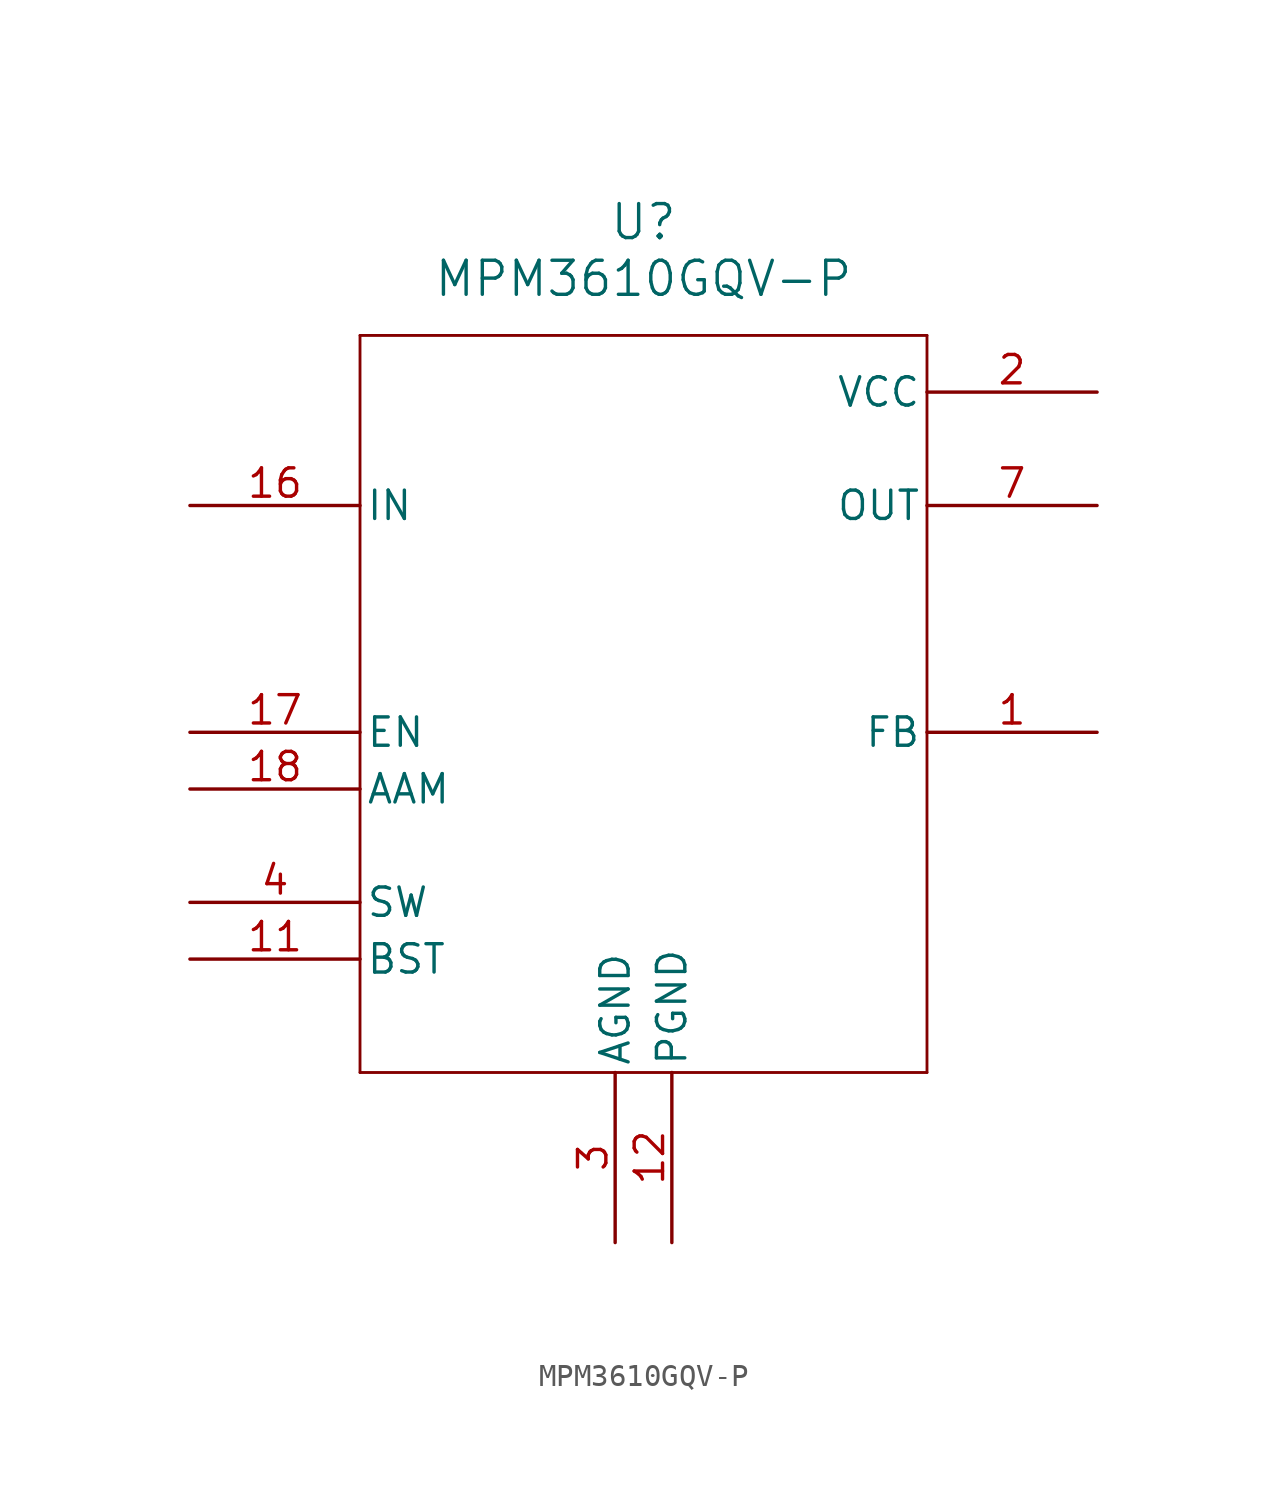
<source format=kicad_sym>
(kicad_symbol_lib
  (version 20241209)
  (generator "kicad_symbol_editor")
  (generator_version "9.0")
  (symbol "MPM3610GQV-P"
    (pin_names
      (offset 0.254))
    (property "Reference" "U"
      (at 20.32 10.16 0)
      (effects (font (size 1.524 1.524))))
    (property "Value" "MPM3610GQV-P"
      (at 20.32 7.62 0)
      (effects (font (size 1.524 1.524))))
    (symbol "MPM3610GQV-P_0_1"
      (polyline (pts (xy 7.62 5.08) (xy 7.62 -27.94)) (stroke (width 0.127) (type default)) (fill (type none)))
      (polyline (pts (xy 7.62 -27.94) (xy 33.02 -27.94)) (stroke (width 0.127) (type default)) (fill (type none)))
      (polyline (pts (xy 33.02 5.08) (xy 7.62 5.08)) (stroke (width 0.127) (type default)) (fill (type none)))
      (polyline (pts (xy 33.02 -27.94) (xy 33.02 5.08)) (stroke (width 0.127) (type default)) (fill (type none)))
      (pin power_in line (at 0 -2.54 0) (length 7.62) (name "IN" (effects (font (size 1.27 1.27)))) (number "16" (effects (font (size 1.27 1.27)))))
      (pin output line (at 0 -20.32 0) (length 7.62) (name "SW" (effects (font (size 1.27 1.27)))) (number "4" (effects (font (size 1.27 1.27)))))
      (pin output line (at 0 -20.32 0) (length 7.62) (hide yes) (name "SW" (effects (font (size 1.27 1.27)))) (number "5" (effects (font (size 1.27 1.27)))))
      (pin output line (at 0 -20.32 0) (length 7.62) (hide yes) (name "SW" (effects (font (size 1.27 1.27)))) (number "6" (effects (font (size 1.27 1.27)))))
      (pin power_in line (at 40.64 2.54 180) (length 7.62) (name "VCC" (effects (font (size 1.27 1.27)))) (number "2" (effects (font (size 1.27 1.27)))))
      (pin power_out line (at 40.64 -2.54 180) (length 7.62) (name "OUT" (effects (font (size 1.27 1.27)))) (number "7" (effects (font (size 1.27 1.27)))))
      (pin power_out line (at 40.64 -2.54 180) (length 7.62) (hide yes) (name "OUT" (effects (font (size 1.27 1.27)))) (number "8" (effects (font (size 1.27 1.27)))))
      (pin power_out line (at 40.64 -2.54 180) (length 7.62) (hide yes) (name "OUT" (effects (font (size 1.27 1.27)))) (number "9" (effects (font (size 1.27 1.27)))))
      (pin no_connect line (at 40.64 -16.51 180) (length 7.62) (hide yes) (name "NC" (effects (font (size 1.27 1.27)))) (number "10" (effects (font (size 1.27 1.27)))))
      (pin no_connect line (at 40.64 -19.05 180) (length 7.62) (hide yes) (name "NC" (effects (font (size 1.27 1.27)))) (number "15" (effects (font (size 1.27 1.27)))))
      (pin no_connect line (at 40.64 -21.59 180) (length 7.62) (hide yes) (name "NC" (effects (font (size 1.27 1.27)))) (number "19" (effects (font (size 1.27 1.27)))))
      (pin no_connect line (at 40.64 -24.13 180) (length 7.62) (hide yes) (name "NC" (effects (font (size 1.27 1.27)))) (number "20" (effects (font (size 1.27 1.27))))))
    (symbol "MPM3610GQV-P_1_1"
      (pin input line (at 0 -12.7 0) (length 7.62) (name "EN" (effects (font (size 1.27 1.27)))) (number "17" (effects (font (size 1.27 1.27)))))
      (pin passive line (at 0 -15.24 0) (length 7.62) (name "AAM" (effects (font (size 1.27 1.27)))) (number "18" (effects (font (size 1.27 1.27)))))
      (pin passive line (at 0 -22.86 0) (length 7.62) (name "BST" (effects (font (size 1.27 1.27)))) (number "11" (effects (font (size 1.27 1.27)))))
      (pin power_in line (at 19.05 -35.56 90) (length 7.62) (name "AGND" (effects (font (size 1.27 1.27)))) (number "3" (effects (font (size 1.27 1.27)))))
      (pin power_in line (at 21.59 -35.56 90) (length 7.62) (name "PGND" (effects (font (size 1.27 1.27)))) (number "12" (effects (font (size 1.27 1.27)))))
      (pin power_in line (at 21.59 -35.56 90) (length 7.62) (hide yes) (name "PGND" (effects (font (size 1.27 1.27)))) (number "13" (effects (font (size 1.27 1.27)))))
      (pin power_in line (at 21.59 -35.56 90) (length 7.62) (hide yes) (name "PGND" (effects (font (size 1.27 1.27)))) (number "14" (effects (font (size 1.27 1.27)))))
      (pin input line (at 40.64 -12.7 180) (length 7.62) (name "FB" (effects (font (size 1.27 1.27)))) (number "1" (effects (font (size 1.27 1.27))))))))
</source>
